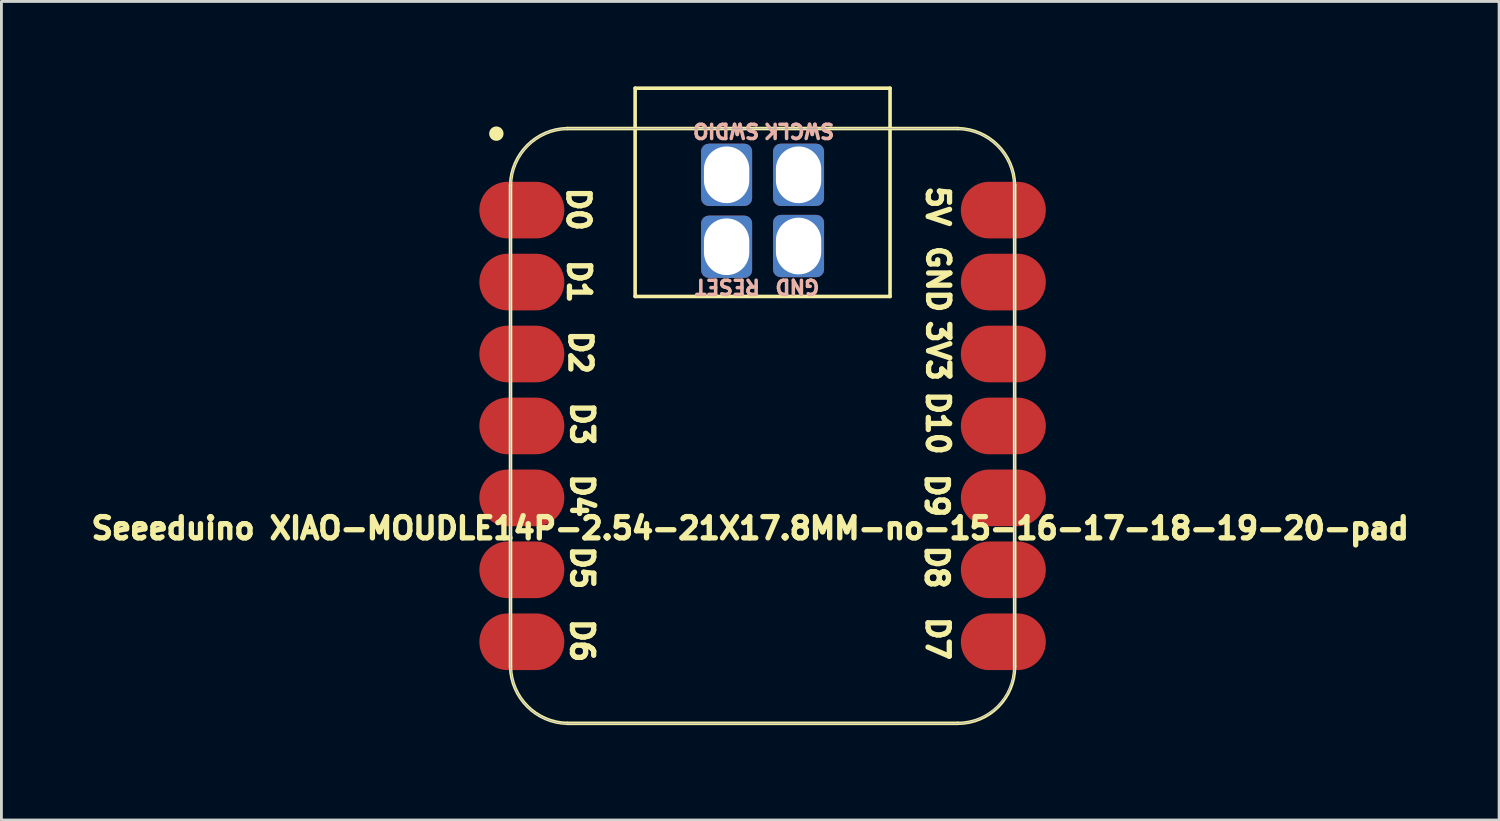
<source format=kicad_pcb>
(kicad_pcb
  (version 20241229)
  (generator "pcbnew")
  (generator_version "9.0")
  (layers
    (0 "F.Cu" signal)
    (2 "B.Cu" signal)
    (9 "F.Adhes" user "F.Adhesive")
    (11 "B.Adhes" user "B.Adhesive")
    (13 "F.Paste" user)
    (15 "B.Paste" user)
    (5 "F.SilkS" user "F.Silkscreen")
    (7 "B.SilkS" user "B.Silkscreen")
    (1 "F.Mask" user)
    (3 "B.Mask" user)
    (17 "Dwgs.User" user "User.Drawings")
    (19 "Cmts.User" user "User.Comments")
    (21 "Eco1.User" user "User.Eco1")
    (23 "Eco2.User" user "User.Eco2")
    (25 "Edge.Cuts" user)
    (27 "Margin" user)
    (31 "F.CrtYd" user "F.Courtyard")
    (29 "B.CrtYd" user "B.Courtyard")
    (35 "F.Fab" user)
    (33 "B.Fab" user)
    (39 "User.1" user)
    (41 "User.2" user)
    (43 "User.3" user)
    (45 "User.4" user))
  (footprint "Seeeduino XIAO-MOUDLE14P-2.54-21X17.8MM-no-15-16-17-18-19-20-pad"
    (layer "F.Cu")
    (at 14.788 22.652)
    (property "Reference" "Seeeduino XIAO-MOUDLE14P-2.54-21X17.8MM-no-15-16-17-18-19-20-pad" (at 8.65 -7.05 0) (layer "F.SilkS") (effects (font (size 0.75 0.75) (thickness 0.188))))
    (attr smd)
    (fp_line (start 0.186 -2.164) (end 0.186 -19.164) (stroke (width 0.127) (type solid)) (layer "F.SilkS"))
    (fp_line (start 2.186 -21.163) (end 15.986 -21.163) (stroke (width 0.127) (type solid)) (layer "F.SilkS"))
    (fp_line (start 4.586 -22.588) (end 4.586 -15.235) (stroke (width 0.127) (type solid)) (layer "F.SilkS"))
    (fp_line (start 4.586 -15.235) (end 13.586 -15.235) (stroke (width 0.127) (type solid)) (layer "F.SilkS"))
    (fp_line (start 13.586 -22.588) (end 4.586 -22.588) (stroke (width 0.127) (type solid)) (layer "F.SilkS"))
    (fp_line (start 13.586 -15.235) (end 13.586 -22.588) (stroke (width 0.127) (type solid)) (layer "F.SilkS"))
    (fp_line (start 15.986 -0.164) (end 2.186 -0.164) (stroke (width 0.127) (type solid)) (layer "F.SilkS"))
    (fp_line (start 17.986 -19.164) (end 17.986 -2.164) (stroke (width 0.127) (type solid)) (layer "F.SilkS"))
    (fp_arc (start 0.185786 -19.164214) (mid 0.784295 -20.565705) (end 2.185786 -21.164214) (stroke (width 0.12) (type solid)) (layer "F.SilkS"))
    (fp_arc (start 2.185786 -0.164214) (mid 0.784363 -0.762791) (end 0.185786 -2.164214) (stroke (width 0.12) (type solid)) (layer "F.SilkS"))
    (fp_arc (start 15.985786 -21.164214) (mid 17.38727 -20.565698) (end 17.985786 -19.164214) (stroke (width 0.12) (type solid)) (layer "F.SilkS"))
    (fp_arc (start 17.985786 -2.164214) (mid 17.400004 -0.749996) (end 15.985786 -0.164214) (stroke (width 0.12) (type solid)) (layer "F.SilkS"))
    (fp_circle (center -0.314 -20.984) (end -0.314 -21.238) (stroke (width 0) (type solid)) (fill yes) (layer "F.SilkS"))
    (fp_poly (pts (xy 0.198 -19.226) (xy 0.201 -19.275) (xy 0.205 -19.324)) (stroke (width 0.025) (type solid)) (fill no) (layer "F.SilkS"))
    (fp_poly (pts (xy 17.975 -2.143) (xy 17.973 -2.093) (xy 17.97 -2.045) (xy 17.966 -1.996) (xy 17.961 -1.947) (xy 17.954 -1.898) (xy 17.947 -1.85) (xy 17.938 -1.801) (xy 17.928 -1.753)) (stroke (width 0.025) (type solid)) (fill no) (layer "F.SilkS"))
    (fp_line (start 0.186 -2.192) (end 0.186 -19.128) (stroke (width 0.025) (type solid)) (layer "F.Fab"))
    (fp_line (start 0.196 -19.177) (end 0.198 -19.226) (stroke (width 0.025) (type solid)) (layer "F.Fab"))
    (fp_line (start 0.196 -2.143) (end 0.196 -2.192) (stroke (width 0.025) (type solid)) (layer "F.Fab"))
    (fp_line (start 0.198 -19.226) (end 0.201 -19.275) (stroke (width 0.025) (type solid)) (layer "F.Fab"))
    (fp_line (start 0.198 -2.093) (end 0.196 -2.143) (stroke (width 0.025) (type solid)) (layer "F.Fab"))
    (fp_line (start 0.201 -19.275) (end 0.205 -19.324) (stroke (width 0.025) (type solid)) (layer "F.Fab"))
    (fp_line (start 0.201 -2.045) (end 0.198 -2.093) (stroke (width 0.025) (type solid)) (layer "F.Fab"))
    (fp_line (start 0.205 -19.324) (end 0.211 -19.372) (stroke (width 0.025) (type solid)) (layer "F.Fab"))
    (fp_line (start 0.205 -1.996) (end 0.201 -2.045) (stroke (width 0.025) (type solid)) (layer "F.Fab"))
    (fp_line (start 0.211 -19.372) (end 0.217 -19.421) (stroke (width 0.025) (type solid)) (layer "F.Fab"))
    (fp_line (start 0.211 -1.947) (end 0.205 -1.996) (stroke (width 0.025) (type solid)) (layer "F.Fab"))
    (fp_line (start 0.217 -19.421) (end 0.225 -19.47) (stroke (width 0.025) (type solid)) (layer "F.Fab"))
    (fp_line (start 0.217 -1.898) (end 0.211 -1.947) (stroke (width 0.025) (type solid)) (layer "F.Fab"))
    (fp_line (start 0.225 -19.47) (end 0.234 -19.518) (stroke (width 0.025) (type solid)) (layer "F.Fab"))
    (fp_line (start 0.225 -1.85) (end 0.217 -1.898) (stroke (width 0.025) (type solid)) (layer "F.Fab"))
    (fp_line (start 0.234 -19.518) (end 0.244 -19.566) (stroke (width 0.025) (type solid)) (layer "F.Fab"))
    (fp_line (start 0.234 -1.801) (end 0.225 -1.85) (stroke (width 0.025) (type solid)) (layer "F.Fab"))
    (fp_line (start 0.244 -19.566) (end 0.255 -19.614) (stroke (width 0.025) (type solid)) (layer "F.Fab"))
    (fp_line (start 0.244 -1.753) (end 0.234 -1.801) (stroke (width 0.025) (type solid)) (layer "F.Fab"))
    (fp_line (start 0.255 -19.614) (end 0.267 -19.662) (stroke (width 0.025) (type solid)) (layer "F.Fab"))
    (fp_line (start 0.255 -1.705) (end 0.244 -1.753) (stroke (width 0.025) (type solid)) (layer "F.Fab"))
    (fp_line (start 0.267 -19.662) (end 0.281 -19.709) (stroke (width 0.025) (type solid)) (layer "F.Fab"))
    (fp_line (start 0.267 -1.658) (end 0.255 -1.705) (stroke (width 0.025) (type solid)) (layer "F.Fab"))
    (fp_line (start 0.281 -19.709) (end 0.295 -19.756) (stroke (width 0.025) (type solid)) (layer "F.Fab"))
    (fp_line (start 0.281 -1.611) (end 0.267 -1.658) (stroke (width 0.025) (type solid)) (layer "F.Fab"))
    (fp_line (start 0.295 -19.756) (end 0.311 -19.802) (stroke (width 0.025) (type solid)) (layer "F.Fab"))
    (fp_line (start 0.295 -1.564) (end 0.281 -1.611) (stroke (width 0.025) (type solid)) (layer "F.Fab"))
    (fp_line (start 0.311 -19.802) (end 0.328 -19.848) (stroke (width 0.025) (type solid)) (layer "F.Fab"))
    (fp_line (start 0.311 -1.517) (end 0.295 -1.564) (stroke (width 0.025) (type solid)) (layer "F.Fab"))
    (fp_line (start 0.328 -19.848) (end 0.346 -19.894) (stroke (width 0.025) (type solid)) (layer "F.Fab"))
    (fp_line (start 0.328 -1.471) (end 0.311 -1.517) (stroke (width 0.025) (type solid)) (layer "F.Fab"))
    (fp_line (start 0.346 -19.894) (end 0.365 -19.939) (stroke (width 0.025) (type solid)) (layer "F.Fab"))
    (fp_line (start 0.346 -1.425) (end 0.328 -1.471) (stroke (width 0.025) (type solid)) (layer "F.Fab"))
    (fp_line (start 0.365 -19.939) (end 0.385 -19.984) (stroke (width 0.025) (type solid)) (layer "F.Fab"))
    (fp_line (start 0.365 -1.38) (end 0.346 -1.425) (stroke (width 0.025) (type solid)) (layer "F.Fab"))
    (fp_line (start 0.385 -19.984) (end 0.406 -20.028) (stroke (width 0.025) (type solid)) (layer "F.Fab"))
    (fp_line (start 0.385 -1.335) (end 0.365 -1.38) (stroke (width 0.025) (type solid)) (layer "F.Fab"))
    (fp_line (start 0.406 -20.028) (end 0.428 -20.072) (stroke (width 0.025) (type solid)) (layer "F.Fab"))
    (fp_line (start 0.406 -1.291) (end 0.385 -1.335) (stroke (width 0.025) (type solid)) (layer "F.Fab"))
    (fp_line (start 0.428 -20.072) (end 0.452 -20.115) (stroke (width 0.025) (type solid)) (layer "F.Fab"))
    (fp_line (start 0.428 -1.247) (end 0.406 -1.291) (stroke (width 0.025) (type solid)) (layer "F.Fab"))
    (fp_line (start 0.452 -20.115) (end 0.476 -20.158) (stroke (width 0.025) (type solid)) (layer "F.Fab"))
    (fp_line (start 0.452 -1.204) (end 0.428 -1.247) (stroke (width 0.025) (type solid)) (layer "F.Fab"))
    (fp_line (start 0.476 -20.158) (end 0.502 -20.2) (stroke (width 0.025) (type solid)) (layer "F.Fab"))
    (fp_line (start 0.476 -1.161) (end 0.452 -1.204) (stroke (width 0.025) (type solid)) (layer "F.Fab"))
    (fp_line (start 0.502 -20.2) (end 0.528 -20.241) (stroke (width 0.025) (type solid)) (layer "F.Fab"))
    (fp_line (start 0.502 -1.12) (end 0.476 -1.161) (stroke (width 0.025) (type solid)) (layer "F.Fab"))
    (fp_line (start 0.528 -20.241) (end 0.555 -20.282) (stroke (width 0.025) (type solid)) (layer "F.Fab"))
    (fp_line (start 0.528 -1.078) (end 0.502 -1.12) (stroke (width 0.025) (type solid)) (layer "F.Fab"))
    (fp_line (start 0.555 -20.282) (end 0.584 -20.322) (stroke (width 0.025) (type solid)) (layer "F.Fab"))
    (fp_line (start 0.555 -1.037) (end 0.528 -1.078) (stroke (width 0.025) (type solid)) (layer "F.Fab"))
    (fp_line (start 0.584 -20.322) (end 0.613 -20.361) (stroke (width 0.025) (type solid)) (layer "F.Fab"))
    (fp_line (start 0.584 -0.997) (end 0.555 -1.037) (stroke (width 0.025) (type solid)) (layer "F.Fab"))
    (fp_line (start 0.613 -20.361) (end 0.644 -20.4) (stroke (width 0.025) (type solid)) (layer "F.Fab"))
    (fp_line (start 0.613 -0.958) (end 0.584 -0.997) (stroke (width 0.025) (type solid)) (layer "F.Fab"))
    (fp_line (start 0.644 -20.4) (end 0.675 -20.438) (stroke (width 0.025) (type solid)) (layer "F.Fab"))
    (fp_line (start 0.644 -0.919) (end 0.613 -0.958) (stroke (width 0.025) (type solid)) (layer "F.Fab"))
    (fp_line (start 0.675 -20.438) (end 0.707 -20.475) (stroke (width 0.025) (type solid)) (layer "F.Fab"))
    (fp_line (start 0.675 -0.881) (end 0.644 -0.919) (stroke (width 0.025) (type solid)) (layer "F.Fab"))
    (fp_line (start 0.707 -20.475) (end 0.74 -20.511) (stroke (width 0.025) (type solid)) (layer "F.Fab"))
    (fp_line (start 0.707 -0.844) (end 0.675 -0.881) (stroke (width 0.025) (type solid)) (layer "F.Fab"))
    (fp_line (start 0.74 -20.511) (end 0.774 -20.547) (stroke (width 0.025) (type solid)) (layer "F.Fab"))
    (fp_line (start 0.74 -0.808) (end 0.707 -0.844) (stroke (width 0.025) (type solid)) (layer "F.Fab"))
    (fp_line (start 0.774 -20.547) (end 0.808 -20.582) (stroke (width 0.025) (type solid)) (layer "F.Fab"))
    (fp_line (start 0.774 -0.772) (end 0.74 -0.808) (stroke (width 0.025) (type solid)) (layer "F.Fab"))
    (fp_line (start 0.808 -20.582) (end 0.844 -20.616) (stroke (width 0.025) (type solid)) (layer "F.Fab"))
    (fp_line (start 0.808 -0.738) (end 0.774 -0.772) (stroke (width 0.025) (type solid)) (layer "F.Fab"))
    (fp_line (start 0.844 -20.616) (end 0.88 -20.649) (stroke (width 0.025) (type solid)) (layer "F.Fab"))
    (fp_line (start 0.844 -0.704) (end 0.808 -0.738) (stroke (width 0.025) (type solid)) (layer "F.Fab"))
    (fp_line (start 0.88 -20.649) (end 0.917 -20.681) (stroke (width 0.025) (type solid)) (layer "F.Fab"))
    (fp_line (start 0.88 -0.671) (end 0.844 -0.704) (stroke (width 0.025) (type solid)) (layer "F.Fab"))
    (fp_line (start 0.917 -20.681) (end 0.955 -20.712) (stroke (width 0.025) (type solid)) (layer "F.Fab"))
    (fp_line (start 0.917 -0.638) (end 0.88 -0.671) (stroke (width 0.025) (type solid)) (layer "F.Fab"))
    (fp_line (start 0.955 -20.712) (end 0.994 -20.742) (stroke (width 0.025) (type solid)) (layer "F.Fab"))
    (fp_line (start 0.955 -0.607) (end 0.917 -0.638) (stroke (width 0.025) (type solid)) (layer "F.Fab"))
    (fp_line (start 0.994 -20.742) (end 1.033 -20.772) (stroke (width 0.025) (type solid)) (layer "F.Fab"))
    (fp_line (start 0.994 -0.577) (end 0.955 -0.607) (stroke (width 0.025) (type solid)) (layer "F.Fab"))
    (fp_line (start 1.033 -20.772) (end 1.073 -20.8) (stroke (width 0.025) (type solid)) (layer "F.Fab"))
    (fp_line (start 1.033 -0.548) (end 0.994 -0.577) (stroke (width 0.025) (type solid)) (layer "F.Fab"))
    (fp_line (start 1.073 -20.8) (end 1.114 -20.827) (stroke (width 0.025) (type solid)) (layer "F.Fab"))
    (fp_line (start 1.073 -0.519) (end 1.033 -0.548) (stroke (width 0.025) (type solid)) (layer "F.Fab"))
    (fp_line (start 1.114 -20.827) (end 1.156 -20.854) (stroke (width 0.025) (type solid)) (layer "F.Fab"))
    (fp_line (start 1.114 -0.492) (end 1.073 -0.519) (stroke (width 0.025) (type solid)) (layer "F.Fab"))
    (fp_line (start 1.156 -20.854) (end 1.198 -20.879) (stroke (width 0.025) (type solid)) (layer "F.Fab"))
    (fp_line (start 1.156 -0.465) (end 1.114 -0.492) (stroke (width 0.025) (type solid)) (layer "F.Fab"))
    (fp_line (start 1.198 -20.879) (end 1.24 -20.904) (stroke (width 0.025) (type solid)) (layer "F.Fab"))
    (fp_line (start 1.198 -0.44) (end 1.156 -0.465) (stroke (width 0.025) (type solid)) (layer "F.Fab"))
    (fp_line (start 1.24 -20.904) (end 1.283 -20.927) (stroke (width 0.025) (type solid)) (layer "F.Fab"))
    (fp_line (start 1.24 -0.416) (end 1.198 -0.44) (stroke (width 0.025) (type solid)) (layer "F.Fab"))
    (fp_line (start 1.283 -20.927) (end 1.327 -20.949) (stroke (width 0.025) (type solid)) (layer "F.Fab"))
    (fp_line (start 1.283 -0.392) (end 1.24 -0.416) (stroke (width 0.025) (type solid)) (layer "F.Fab"))
    (fp_line (start 1.327 -20.949) (end 1.372 -20.97) (stroke (width 0.025) (type solid)) (layer "F.Fab"))
    (fp_line (start 1.327 -0.37) (end 1.283 -0.392) (stroke (width 0.025) (type solid)) (layer "F.Fab"))
    (fp_line (start 1.372 -20.97) (end 1.416 -20.99) (stroke (width 0.025) (type solid)) (layer "F.Fab"))
    (fp_line (start 1.372 -0.349) (end 1.327 -0.37) (stroke (width 0.025) (type solid)) (layer "F.Fab"))
    (fp_line (start 1.416 -20.99) (end 1.461 -21.01) (stroke (width 0.025) (type solid)) (layer "F.Fab"))
    (fp_line (start 1.416 -0.329) (end 1.372 -0.349) (stroke (width 0.025) (type solid)) (layer "F.Fab"))
    (fp_line (start 1.461 -21.01) (end 1.507 -21.028) (stroke (width 0.025) (type solid)) (layer "F.Fab"))
    (fp_line (start 1.461 -0.31) (end 1.416 -0.329) (stroke (width 0.025) (type solid)) (layer "F.Fab"))
    (fp_line (start 1.507 -21.028) (end 1.553 -21.044) (stroke (width 0.025) (type solid)) (layer "F.Fab"))
    (fp_line (start 1.507 -0.292) (end 1.461 -0.31) (stroke (width 0.025) (type solid)) (layer "F.Fab"))
    (fp_line (start 1.553 -21.044) (end 1.6 -21.06) (stroke (width 0.025) (type solid)) (layer "F.Fab"))
    (fp_line (start 1.553 -0.275) (end 1.507 -0.292) (stroke (width 0.025) (type solid)) (layer "F.Fab"))
    (fp_line (start 1.6 -21.06) (end 1.647 -21.075) (stroke (width 0.025) (type solid)) (layer "F.Fab"))
    (fp_line (start 1.6 -0.259) (end 1.553 -0.275) (stroke (width 0.025) (type solid)) (layer "F.Fab"))
    (fp_line (start 1.647 -21.075) (end 1.694 -21.088) (stroke (width 0.025) (type solid)) (layer "F.Fab"))
    (fp_line (start 1.647 -0.244) (end 1.6 -0.259) (stroke (width 0.025) (type solid)) (layer "F.Fab"))
    (fp_line (start 1.694 -21.088) (end 1.741 -21.101) (stroke (width 0.025) (type solid)) (layer "F.Fab"))
    (fp_line (start 1.694 -0.231) (end 1.647 -0.244) (stroke (width 0.025) (type solid)) (layer "F.Fab"))
    (fp_line (start 1.741 -21.101) (end 1.789 -21.112) (stroke (width 0.025) (type solid)) (layer "F.Fab"))
    (fp_line (start 1.741 -0.219) (end 1.694 -0.231) (stroke (width 0.025) (type solid)) (layer "F.Fab"))
    (fp_line (start 1.789 -21.112) (end 1.837 -21.122) (stroke (width 0.025) (type solid)) (layer "F.Fab"))
    (fp_line (start 1.789 -0.207) (end 1.741 -0.219) (stroke (width 0.025) (type solid)) (layer "F.Fab"))
    (fp_line (start 1.837 -21.122) (end 1.886 -21.131) (stroke (width 0.025) (type solid)) (layer "F.Fab"))
    (fp_line (start 1.837 -0.198) (end 1.789 -0.207) (stroke (width 0.025) (type solid)) (layer "F.Fab"))
    (fp_line (start 1.886 -21.131) (end 1.934 -21.138) (stroke (width 0.025) (type solid)) (layer "F.Fab"))
    (fp_line (start 1.886 -0.189) (end 1.837 -0.198) (stroke (width 0.025) (type solid)) (layer "F.Fab"))
    (fp_line (start 1.934 -21.138) (end 1.983 -21.145) (stroke (width 0.025) (type solid)) (layer "F.Fab"))
    (fp_line (start 1.934 -0.181) (end 1.886 -0.189) (stroke (width 0.025) (type solid)) (layer "F.Fab"))
    (fp_line (start 1.983 -21.145) (end 2.032 -21.15) (stroke (width 0.025) (type solid)) (layer "F.Fab"))
    (fp_line (start 1.983 -0.174) (end 1.934 -0.181) (stroke (width 0.025) (type solid)) (layer "F.Fab"))
    (fp_line (start 2.032 -21.15) (end 2.081 -21.154) (stroke (width 0.025) (type solid)) (layer "F.Fab"))
    (fp_line (start 2.032 -0.169) (end 1.983 -0.174) (stroke (width 0.025) (type solid)) (layer "F.Fab"))
    (fp_line (start 2.081 -21.154) (end 2.129 -21.157) (stroke (width 0.025) (type solid)) (layer "F.Fab"))
    (fp_line (start 2.081 -0.165) (end 2.032 -0.169) (stroke (width 0.025) (type solid)) (layer "F.Fab"))
    (fp_line (start 2.129 -21.157) (end 2.179 -21.159) (stroke (width 0.025) (type solid)) (layer "F.Fab"))
    (fp_line (start 2.129 -0.162) (end 2.081 -0.165) (stroke (width 0.025) (type solid)) (layer "F.Fab"))
    (fp_line (start 2.179 -21.159) (end 2.228 -21.16) (stroke (width 0.025) (type solid)) (layer "F.Fab"))
    (fp_line (start 2.179 -0.16) (end 2.129 -0.162) (stroke (width 0.025) (type solid)) (layer "F.Fab"))
    (fp_line (start 2.228 -21.16) (end 15.944 -21.16) (stroke (width 0.025) (type solid)) (layer "F.Fab"))
    (fp_line (start 2.228 -0.16) (end 2.179 -0.16) (stroke (width 0.025) (type solid)) (layer "F.Fab"))
    (fp_line (start 15.944 -21.16) (end 15.993 -21.159) (stroke (width 0.025) (type solid)) (layer "F.Fab"))
    (fp_line (start 15.944 -0.16) (end 2.228 -0.16) (stroke (width 0.025) (type solid)) (layer "F.Fab"))
    (fp_line (start 15.993 -21.159) (end 16.042 -21.157) (stroke (width 0.025) (type solid)) (layer "F.Fab"))
    (fp_line (start 15.993 -0.16) (end 15.944 -0.16) (stroke (width 0.025) (type solid)) (layer "F.Fab"))
    (fp_line (start 16.042 -21.157) (end 16.091 -21.154) (stroke (width 0.025) (type solid)) (layer "F.Fab"))
    (fp_line (start 16.042 -0.162) (end 15.993 -0.16) (stroke (width 0.025) (type solid)) (layer "F.Fab"))
    (fp_line (start 16.091 -21.154) (end 16.14 -21.15) (stroke (width 0.025) (type solid)) (layer "F.Fab"))
    (fp_line (start 16.091 -0.165) (end 16.042 -0.162) (stroke (width 0.025) (type solid)) (layer "F.Fab"))
    (fp_line (start 16.14 -21.15) (end 16.189 -21.145) (stroke (width 0.025) (type solid)) (layer "F.Fab"))
    (fp_line (start 16.14 -0.169) (end 16.091 -0.165) (stroke (width 0.025) (type solid)) (layer "F.Fab"))
    (fp_line (start 16.189 -21.145) (end 16.237 -21.138) (stroke (width 0.025) (type solid)) (layer "F.Fab"))
    (fp_line (start 16.189 -0.174) (end 16.14 -0.169) (stroke (width 0.025) (type solid)) (layer "F.Fab"))
    (fp_line (start 16.237 -21.138) (end 16.286 -21.131) (stroke (width 0.025) (type solid)) (layer "F.Fab"))
    (fp_line (start 16.237 -0.181) (end 16.189 -0.174) (stroke (width 0.025) (type solid)) (layer "F.Fab"))
    (fp_line (start 16.286 -21.131) (end 16.334 -21.122) (stroke (width 0.025) (type solid)) (layer "F.Fab"))
    (fp_line (start 16.286 -0.189) (end 16.237 -0.181) (stroke (width 0.025) (type solid)) (layer "F.Fab"))
    (fp_line (start 16.334 -21.122) (end 16.382 -21.112) (stroke (width 0.025) (type solid)) (layer "F.Fab"))
    (fp_line (start 16.334 -0.198) (end 16.286 -0.189) (stroke (width 0.025) (type solid)) (layer "F.Fab"))
    (fp_line (start 16.382 -21.112) (end 16.43 -21.101) (stroke (width 0.025) (type solid)) (layer "F.Fab"))
    (fp_line (start 16.382 -0.207) (end 16.334 -0.198) (stroke (width 0.025) (type solid)) (layer "F.Fab"))
    (fp_line (start 16.43 -21.101) (end 16.478 -21.088) (stroke (width 0.025) (type solid)) (layer "F.Fab"))
    (fp_line (start 16.43 -0.219) (end 16.382 -0.207) (stroke (width 0.025) (type solid)) (layer "F.Fab"))
    (fp_line (start 16.478 -21.088) (end 16.525 -21.075) (stroke (width 0.025) (type solid)) (layer "F.Fab"))
    (fp_line (start 16.478 -0.231) (end 16.43 -0.219) (stroke (width 0.025) (type solid)) (layer "F.Fab"))
    (fp_line (start 16.525 -21.075) (end 16.572 -21.06) (stroke (width 0.025) (type solid)) (layer "F.Fab"))
    (fp_line (start 16.525 -0.244) (end 16.478 -0.231) (stroke (width 0.025) (type solid)) (layer "F.Fab"))
    (fp_line (start 16.572 -21.06) (end 16.618 -21.044) (stroke (width 0.025) (type solid)) (layer "F.Fab"))
    (fp_line (start 16.572 -0.259) (end 16.525 -0.244) (stroke (width 0.025) (type solid)) (layer "F.Fab"))
    (fp_line (start 16.618 -21.044) (end 16.664 -21.028) (stroke (width 0.025) (type solid)) (layer "F.Fab"))
    (fp_line (start 16.618 -0.275) (end 16.572 -0.259) (stroke (width 0.025) (type solid)) (layer "F.Fab"))
    (fp_line (start 16.664 -21.028) (end 16.71 -21.01) (stroke (width 0.025) (type solid)) (layer "F.Fab"))
    (fp_line (start 16.664 -0.292) (end 16.618 -0.275) (stroke (width 0.025) (type solid)) (layer "F.Fab"))
    (fp_line (start 16.71 -21.01) (end 16.755 -20.99) (stroke (width 0.025) (type solid)) (layer "F.Fab"))
    (fp_line (start 16.71 -0.31) (end 16.664 -0.292) (stroke (width 0.025) (type solid)) (layer "F.Fab"))
    (fp_line (start 16.755 -20.99) (end 16.8 -20.97) (stroke (width 0.025) (type solid)) (layer "F.Fab"))
    (fp_line (start 16.755 -0.329) (end 16.71 -0.31) (stroke (width 0.025) (type solid)) (layer "F.Fab"))
    (fp_line (start 16.8 -20.97) (end 16.844 -20.949) (stroke (width 0.025) (type solid)) (layer "F.Fab"))
    (fp_line (start 16.8 -0.349) (end 16.755 -0.329) (stroke (width 0.025) (type solid)) (layer "F.Fab"))
    (fp_line (start 16.844 -20.949) (end 16.888 -20.927) (stroke (width 0.025) (type solid)) (layer "F.Fab"))
    (fp_line (start 16.844 -0.37) (end 16.8 -0.349) (stroke (width 0.025) (type solid)) (layer "F.Fab"))
    (fp_line (start 16.888 -20.927) (end 16.931 -20.904) (stroke (width 0.025) (type solid)) (layer "F.Fab"))
    (fp_line (start 16.888 -0.392) (end 16.844 -0.37) (stroke (width 0.025) (type solid)) (layer "F.Fab"))
    (fp_line (start 16.931 -20.904) (end 16.974 -20.879) (stroke (width 0.025) (type solid)) (layer "F.Fab"))
    (fp_line (start 16.931 -0.416) (end 16.888 -0.392) (stroke (width 0.025) (type solid)) (layer "F.Fab"))
    (fp_line (start 16.974 -20.879) (end 17.016 -20.854) (stroke (width 0.025) (type solid)) (layer "F.Fab"))
    (fp_line (start 16.974 -0.44) (end 16.931 -0.416) (stroke (width 0.025) (type solid)) (layer "F.Fab"))
    (fp_line (start 17.016 -20.854) (end 17.057 -20.827) (stroke (width 0.025) (type solid)) (layer "F.Fab"))
    (fp_line (start 17.016 -0.465) (end 16.974 -0.44) (stroke (width 0.025) (type solid)) (layer "F.Fab"))
    (fp_line (start 17.057 -20.827) (end 17.098 -20.8) (stroke (width 0.025) (type solid)) (layer "F.Fab"))
    (fp_line (start 17.057 -0.492) (end 17.016 -0.465) (stroke (width 0.025) (type solid)) (layer "F.Fab"))
    (fp_line (start 17.098 -20.8) (end 17.138 -20.772) (stroke (width 0.025) (type solid)) (layer "F.Fab"))
    (fp_line (start 17.098 -0.519) (end 17.057 -0.492) (stroke (width 0.025) (type solid)) (layer "F.Fab"))
    (fp_line (start 17.138 -20.772) (end 17.177 -20.742) (stroke (width 0.025) (type solid)) (layer "F.Fab"))
    (fp_line (start 17.138 -0.548) (end 17.098 -0.519) (stroke (width 0.025) (type solid)) (layer "F.Fab"))
    (fp_line (start 17.177 -20.742) (end 17.216 -20.712) (stroke (width 0.025) (type solid)) (layer "F.Fab"))
    (fp_line (start 17.177 -0.577) (end 17.138 -0.548) (stroke (width 0.025) (type solid)) (layer "F.Fab"))
    (fp_line (start 17.216 -20.712) (end 17.254 -20.681) (stroke (width 0.025) (type solid)) (layer "F.Fab"))
    (fp_line (start 17.216 -0.607) (end 17.177 -0.577) (stroke (width 0.025) (type solid)) (layer "F.Fab"))
    (fp_line (start 17.254 -20.681) (end 17.291 -20.649) (stroke (width 0.025) (type solid)) (layer "F.Fab"))
    (fp_line (start 17.254 -0.638) (end 17.216 -0.607) (stroke (width 0.025) (type solid)) (layer "F.Fab"))
    (fp_line (start 17.291 -20.649) (end 17.328 -20.616) (stroke (width 0.025) (type solid)) (layer "F.Fab"))
    (fp_line (start 17.291 -0.671) (end 17.254 -0.638) (stroke (width 0.025) (type solid)) (layer "F.Fab"))
    (fp_line (start 17.328 -20.616) (end 17.363 -20.582) (stroke (width 0.025) (type solid)) (layer "F.Fab"))
    (fp_line (start 17.328 -0.704) (end 17.291 -0.671) (stroke (width 0.025) (type solid)) (layer "F.Fab"))
    (fp_line (start 17.363 -20.582) (end 17.398 -20.547) (stroke (width 0.025) (type solid)) (layer "F.Fab"))
    (fp_line (start 17.363 -0.738) (end 17.328 -0.704) (stroke (width 0.025) (type solid)) (layer "F.Fab"))
    (fp_line (start 17.398 -20.547) (end 17.432 -20.511) (stroke (width 0.025) (type solid)) (layer "F.Fab"))
    (fp_line (start 17.398 -0.772) (end 17.363 -0.738) (stroke (width 0.025) (type solid)) (layer "F.Fab"))
    (fp_line (start 17.432 -20.511) (end 17.465 -20.475) (stroke (width 0.025) (type solid)) (layer "F.Fab"))
    (fp_line (start 17.432 -0.808) (end 17.398 -0.772) (stroke (width 0.025) (type solid)) (layer "F.Fab"))
    (fp_line (start 17.465 -20.475) (end 17.497 -20.438) (stroke (width 0.025) (type solid)) (layer "F.Fab"))
    (fp_line (start 17.465 -0.844) (end 17.432 -0.808) (stroke (width 0.025) (type solid)) (layer "F.Fab"))
    (fp_line (start 17.497 -20.438) (end 17.528 -20.4) (stroke (width 0.025) (type solid)) (layer "F.Fab"))
    (fp_line (start 17.497 -0.881) (end 17.465 -0.844) (stroke (width 0.025) (type solid)) (layer "F.Fab"))
    (fp_line (start 17.528 -20.4) (end 17.558 -20.361) (stroke (width 0.025) (type solid)) (layer "F.Fab"))
    (fp_line (start 17.528 -0.919) (end 17.497 -0.881) (stroke (width 0.025) (type solid)) (layer "F.Fab"))
    (fp_line (start 17.558 -20.361) (end 17.588 -20.322) (stroke (width 0.025) (type solid)) (layer "F.Fab"))
    (fp_line (start 17.558 -0.958) (end 17.528 -0.919) (stroke (width 0.025) (type solid)) (layer "F.Fab"))
    (fp_line (start 17.588 -20.322) (end 17.616 -20.282) (stroke (width 0.025) (type solid)) (layer "F.Fab"))
    (fp_line (start 17.588 -0.997) (end 17.558 -0.958) (stroke (width 0.025) (type solid)) (layer "F.Fab"))
    (fp_line (start 17.616 -20.282) (end 17.644 -20.241) (stroke (width 0.025) (type solid)) (layer "F.Fab"))
    (fp_line (start 17.616 -1.037) (end 17.588 -0.997) (stroke (width 0.025) (type solid)) (layer "F.Fab"))
    (fp_line (start 17.644 -20.241) (end 17.67 -20.2) (stroke (width 0.025) (type solid)) (layer "F.Fab"))
    (fp_line (start 17.644 -1.078) (end 17.616 -1.037) (stroke (width 0.025) (type solid)) (layer "F.Fab"))
    (fp_line (start 17.67 -20.2) (end 17.695 -20.158) (stroke (width 0.025) (type solid)) (layer "F.Fab"))
    (fp_line (start 17.67 -1.12) (end 17.644 -1.078) (stroke (width 0.025) (type solid)) (layer "F.Fab"))
    (fp_line (start 17.695 -20.158) (end 17.72 -20.115) (stroke (width 0.025) (type solid)) (layer "F.Fab"))
    (fp_line (start 17.695 -1.161) (end 17.67 -1.12) (stroke (width 0.025) (type solid)) (layer "F.Fab"))
    (fp_line (start 17.72 -20.115) (end 17.743 -20.072) (stroke (width 0.025) (type solid)) (layer "F.Fab"))
    (fp_line (start 17.72 -1.204) (end 17.695 -1.161) (stroke (width 0.025) (type solid)) (layer "F.Fab"))
    (fp_line (start 17.743 -20.072) (end 17.765 -20.028) (stroke (width 0.025) (type solid)) (layer "F.Fab"))
    (fp_line (start 17.743 -1.247) (end 17.72 -1.204) (stroke (width 0.025) (type solid)) (layer "F.Fab"))
    (fp_line (start 17.765 -20.028) (end 17.787 -19.984) (stroke (width 0.025) (type solid)) (layer "F.Fab"))
    (fp_line (start 17.765 -1.291) (end 17.743 -1.247) (stroke (width 0.025) (type solid)) (layer "F.Fab"))
    (fp_line (start 17.787 -19.984) (end 17.807 -19.939) (stroke (width 0.025) (type solid)) (layer "F.Fab"))
    (fp_line (start 17.787 -1.335) (end 17.765 -1.291) (stroke (width 0.025) (type solid)) (layer "F.Fab"))
    (fp_line (start 17.807 -19.939) (end 17.826 -19.894) (stroke (width 0.025) (type solid)) (layer "F.Fab"))
    (fp_line (start 17.807 -1.38) (end 17.787 -1.335) (stroke (width 0.025) (type solid)) (layer "F.Fab"))
    (fp_line (start 17.826 -19.894) (end 17.844 -19.848) (stroke (width 0.025) (type solid)) (layer "F.Fab"))
    (fp_line (start 17.826 -1.425) (end 17.807 -1.38) (stroke (width 0.025) (type solid)) (layer "F.Fab"))
    (fp_line (start 17.844 -19.848) (end 17.86 -19.802) (stroke (width 0.025) (type solid)) (layer "F.Fab"))
    (fp_line (start 17.844 -1.471) (end 17.826 -1.425) (stroke (width 0.025) (type solid)) (layer "F.Fab"))
    (fp_line (start 17.86 -19.802) (end 17.876 -19.756) (stroke (width 0.025) (type solid)) (layer "F.Fab"))
    (fp_line (start 17.86 -1.517) (end 17.844 -1.471) (stroke (width 0.025) (type solid)) (layer "F.Fab"))
    (fp_line (start 17.876 -19.756) (end 17.891 -19.709) (stroke (width 0.025) (type solid)) (layer "F.Fab"))
    (fp_line (start 17.876 -1.564) (end 17.86 -1.517) (stroke (width 0.025) (type solid)) (layer "F.Fab"))
    (fp_line (start 17.891 -19.709) (end 17.904 -19.662) (stroke (width 0.025) (type solid)) (layer "F.Fab"))
    (fp_line (start 17.891 -1.611) (end 17.876 -1.564) (stroke (width 0.025) (type solid)) (layer "F.Fab"))
    (fp_line (start 17.904 -19.662) (end 17.917 -19.614) (stroke (width 0.025) (type solid)) (layer "F.Fab"))
    (fp_line (start 17.904 -1.658) (end 17.891 -1.611) (stroke (width 0.025) (type solid)) (layer "F.Fab"))
    (fp_line (start 17.917 -19.614) (end 17.928 -19.566) (stroke (width 0.025) (type solid)) (layer "F.Fab"))
    (fp_line (start 17.917 -1.705) (end 17.904 -1.658) (stroke (width 0.025) (type solid)) (layer "F.Fab"))
    (fp_line (start 17.928 -19.566) (end 17.938 -19.518) (stroke (width 0.025) (type solid)) (layer "F.Fab"))
    (fp_line (start 17.928 -1.753) (end 17.917 -1.705) (stroke (width 0.025) (type solid)) (layer "F.Fab"))
    (fp_line (start 17.938 -19.518) (end 17.947 -19.47) (stroke (width 0.025) (type solid)) (layer "F.Fab"))
    (fp_line (start 17.938 -1.801) (end 17.928 -1.753) (stroke (width 0.025) (type solid)) (layer "F.Fab"))
    (fp_line (start 17.947 -19.47) (end 17.954 -19.421) (stroke (width 0.025) (type solid)) (layer "F.Fab"))
    (fp_line (start 17.947 -1.85) (end 17.938 -1.801) (stroke (width 0.025) (type solid)) (layer "F.Fab"))
    (fp_line (start 17.954 -19.421) (end 17.961 -19.372) (stroke (width 0.025) (type solid)) (layer "F.Fab"))
    (fp_line (start 17.954 -1.898) (end 17.947 -1.85) (stroke (width 0.025) (type solid)) (layer "F.Fab"))
    (fp_line (start 17.961 -19.372) (end 17.966 -19.324) (stroke (width 0.025) (type solid)) (layer "F.Fab"))
    (fp_line (start 17.961 -1.947) (end 17.954 -1.898) (stroke (width 0.025) (type solid)) (layer "F.Fab"))
    (fp_line (start 17.966 -19.324) (end 17.97 -19.275) (stroke (width 0.025) (type solid)) (layer "F.Fab"))
    (fp_line (start 17.966 -1.996) (end 17.961 -1.947) (stroke (width 0.025) (type solid)) (layer "F.Fab"))
    (fp_line (start 17.97 -19.275) (end 17.973 -19.226) (stroke (width 0.025) (type solid)) (layer "F.Fab"))
    (fp_line (start 17.97 -2.045) (end 17.966 -1.996) (stroke (width 0.025) (type solid)) (layer "F.Fab"))
    (fp_line (start 17.973 -19.226) (end 17.975 -19.177) (stroke (width 0.025) (type solid)) (layer "F.Fab"))
    (fp_line (start 17.973 -2.093) (end 17.97 -2.045) (stroke (width 0.025) (type solid)) (layer "F.Fab"))
    (fp_line (start 17.975 -19.177) (end 17.976 -19.128) (stroke (width 0.025) (type solid)) (layer "F.Fab"))
    (fp_line (start 17.975 -2.143) (end 17.973 -2.093) (stroke (width 0.025) (type solid)) (layer "F.Fab"))
    (fp_line (start 17.976 -2.192) (end 17.975 -2.143) (stroke (width 0.025) (type solid)) (layer "F.Fab"))
    (fp_line (start 17.986 -19.128) (end 17.986 -2.192) (stroke (width 0.025) (type solid)) (layer "F.Fab"))
    (fp_text user "GND" (at 15.284 -15.849 270) (unlocked yes) (layer "F.SilkS") (effects (font (size 0.75 0.75) (thickness 0.188))))
    (fp_text user "D7" (at 15.264 -3.159 270) (unlocked yes) (layer "F.SilkS") (effects (font (size 0.75 0.75) (thickness 0.188))))
    (fp_text user "D5" (at 2.714 -5.66 270) (unlocked yes) (layer "F.SilkS") (effects (font (size 0.75 0.75) (thickness 0.188))))
    (fp_text user "D9" (at 15.234 -8.209 270) (unlocked yes) (layer "F.SilkS") (effects (font (size 0.75 0.75) (thickness 0.188))))
    (fp_text user "D10" (at 15.274 -10.769 270) (unlocked yes) (layer "F.SilkS") (effects (font (size 0.75 0.75) (thickness 0.188))))
    (fp_text user "D4" (at 2.714 -8.2 270) (unlocked yes) (layer "F.SilkS") (effects (font (size 0.75 0.75) (thickness 0.188))))
    (fp_text user "D8" (at 15.234 -5.679 270) (unlocked yes) (layer "F.SilkS") (effects (font (size 0.75 0.75) (thickness 0.188))))
    (fp_text user "D2" (at 2.654 -13.264 270) (unlocked yes) (layer "F.SilkS") (effects (font (size 0.75 0.75) (thickness 0.188))))
    (fp_text user "D0" (at 2.584 -18.314 270) (unlocked yes) (layer "F.SilkS") (effects (font (size 0.75 0.75) (thickness 0.188))))
    (fp_text user "D6" (at 2.71 -3.084 270) (unlocked yes) (layer "F.SilkS") (effects (font (size 0.75 0.75) (thickness 0.188) (bold yes))))
    (fp_text user "5V" (at 15.274 -18.419 270) (unlocked yes) (layer "F.SilkS") (effects (font (size 0.75 0.75) (thickness 0.188))))
    (fp_text user "D3" (at 2.714 -10.74 270) (unlocked yes) (layer "F.SilkS") (effects (font (size 0.75 0.75) (thickness 0.188))))
    (fp_text user "D1" (at 2.604 -15.764 270) (unlocked yes) (layer "F.SilkS") (effects (font (size 0.75 0.75) (thickness 0.188))))
    (fp_text user "3V3" (at 15.284 -13.319 270) (unlocked yes) (layer "F.SilkS") (effects (font (size 0.75 0.75) (thickness 0.188))))
    (fp_text user "SWDIO" (at 7.799 -21.088 180) (unlocked yes) (layer "B.SilkS") (effects (font (size 0.5 0.5) (thickness 0.125))))
    (fp_text user "SWCLK" (at 10.374 -21.088 180) (unlocked yes) (layer "B.SilkS") (effects (font (size 0.5 0.5) (thickness 0.125))))
    (fp_text user "GND" (at 10.314 -15.583 180) (unlocked yes) (layer "B.SilkS") (effects (font (size 0.5 0.5) (thickness 0.125))))
    (fp_text user "RESET" (at 7.846 -15.583 180) (unlocked yes) (layer "B.SilkS") (effects (font (size 0.5 0.5) (thickness 0.125))))
    (pad "1" smd oval (at 0.586 -18.284) (size 3 2) (layers "F.Cu" "F.Mask" "F.Paste"))
    (pad "2" smd oval (at 0.586 -15.744) (size 3 2) (layers "F.Cu" "F.Mask" "F.Paste"))
    (pad "3" smd oval (at 0.586 -13.204) (size 3 2) (layers "F.Cu" "F.Mask" "F.Paste"))
    (pad "4" smd oval (at 0.586 -10.664) (size 3 2) (layers "F.Cu" "F.Mask" "F.Paste"))
    (pad "5" smd oval (at 0.586 -8.124) (size 3 2) (layers "F.Cu" "F.Mask" "F.Paste"))
    (pad "6" smd oval (at 0.586 -5.584 180) (size 3 2) (layers "F.Cu" "F.Mask" "F.Paste"))
    (pad "7" smd oval (at 0.586 -3.044) (size 3 2) (layers "F.Cu" "F.Mask" "F.Paste"))
    (pad "8" smd oval (at 17.586 -3.044) (size 3 2) (layers "F.Cu" "F.Mask" "F.Paste"))
    (pad "9" smd oval (at 17.586 -5.584) (size 3 2) (layers "F.Cu" "F.Mask" "F.Paste"))
    (pad "10" smd oval (at 17.586 -8.124) (size 3 2) (layers "F.Cu" "F.Mask" "F.Paste"))
    (pad "11" smd oval (at 17.586 -10.664) (size 3 2) (layers "F.Cu" "F.Mask" "F.Paste"))
    (pad "12" smd oval (at 17.586 -13.204) (size 3 2) (layers "F.Cu" "F.Mask" "F.Paste"))
    (pad "13" smd oval (at 17.586 -15.744) (size 3 2) (layers "F.Cu" "F.Mask" "F.Paste"))
    (pad "14" smd oval (at 17.586 -18.284) (size 3 2) (layers "F.Cu" "F.Mask" "F.Paste"))
    (pad "17" thru_hole roundrect (at 7.816 -19.53 180) (size 1.8 2.2) (drill oval 1.6 2) (layers "*.Cu" "*.Mask") (roundrect_rratio 0.15))
    (pad "18" thru_hole roundrect (at 10.356 -19.53 180) (size 1.8 2.2) (drill oval 1.6 2) (layers "*.Cu" "*.Mask") (roundrect_rratio 0.15))
    (pad "19" thru_hole roundrect (at 7.816 -16.99 180) (size 1.8 2.2) (drill oval 1.6 2) (layers "*.Cu" "*.Mask") (roundrect_rratio 0.15))
    (pad "20" thru_hole roundrect (at 10.356 -17.015 180) (size 1.8 2.2) (drill oval 1.6 2) (layers "*.Cu" "*.Mask") (roundrect_rratio 0.15)))
  (gr_rect
    (start -3 -3)
    (end 49.877 25.902)
    (stroke (width 0.1) (type default))
    (fill no)
    (layer "Edge.Cuts")))
</source>
